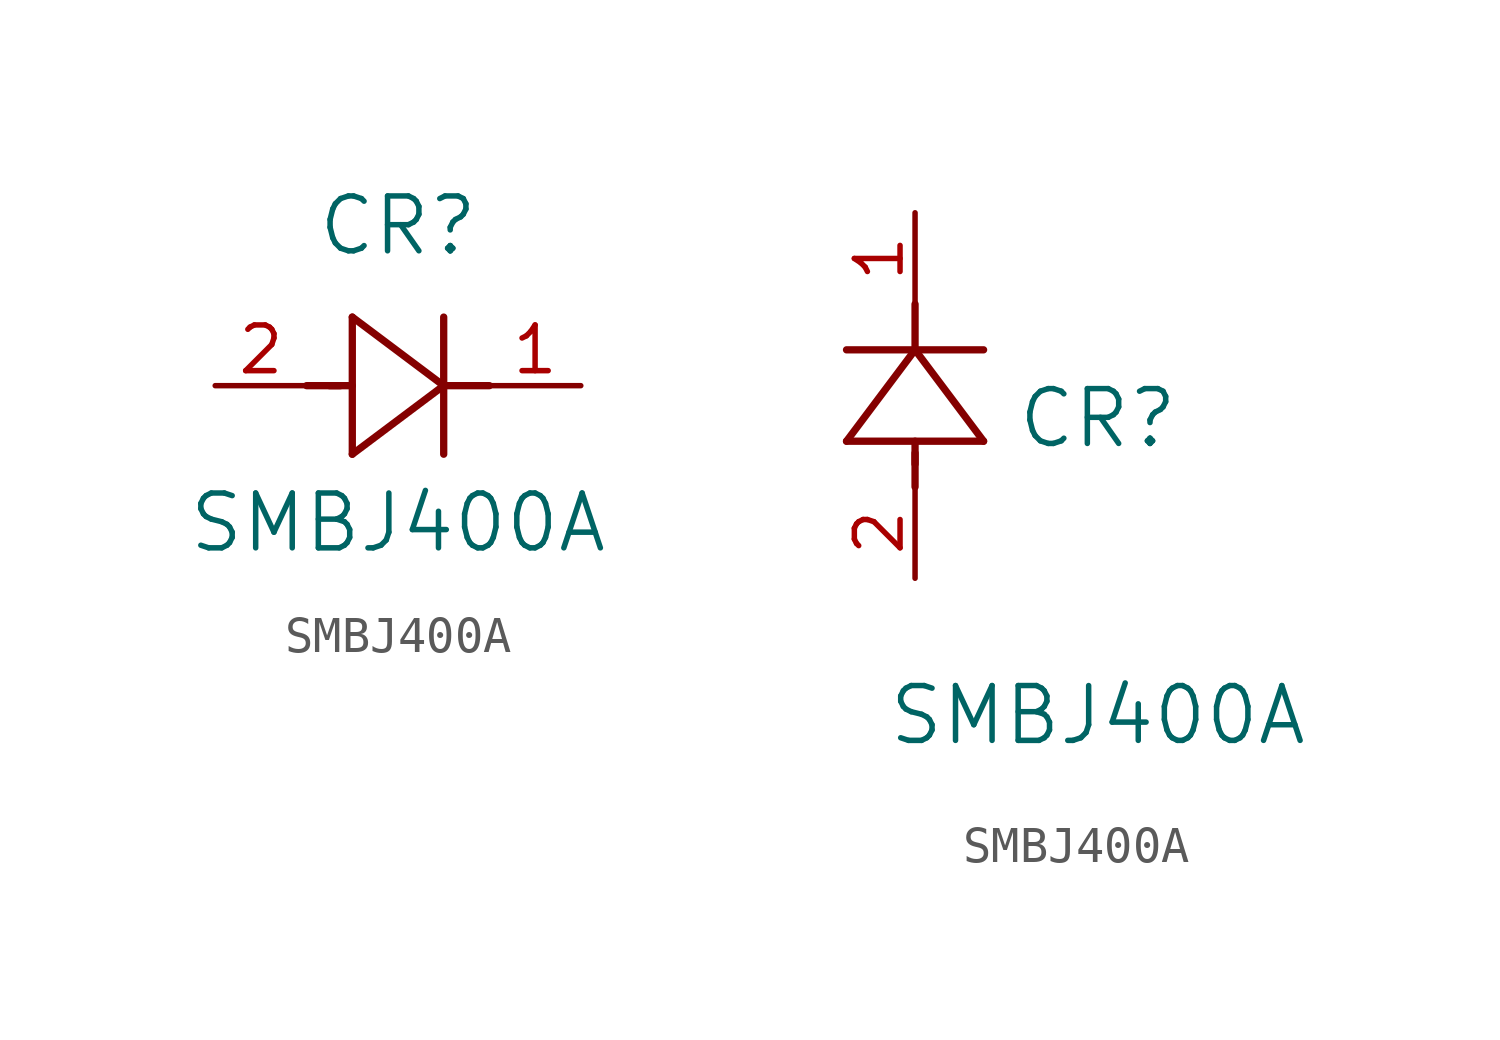
<source format=kicad_sym>
(kicad_symbol_lib
  (version 20211014)
  (generator kicad_symbol_editor)
  (symbol "SMBJ400A"
    (pin_names
      (offset 0.254))
    (property "Reference" "CR"
      (at 5.08 4.445 0)
      (effects (font (size 1.524 1.524))))
    (property "Value" "SMBJ400A"
      (at 5.08 -3.81 0)
      (effects (font (size 1.524 1.524))))
    (symbol "SMBJ400A_1_1"
      (polyline (pts (xy 2.54 0) (xy 3.48 0)) (stroke (width 0.203) (type default) (color 0 0 0 0)) (fill (type none)))
      (polyline (pts (xy 3.81 1.905) (xy 3.81 -1.905)) (stroke (width 0.203) (type default) (color 0 0 0 0)) (fill (type none)))
      (polyline (pts (xy 3.175 0) (xy 3.81 0)) (stroke (width 0.203) (type default) (color 0 0 0 0)) (fill (type none)))
      (polyline (pts (xy 6.35 -1.905) (xy 6.35 1.905)) (stroke (width 0.203) (type default) (color 0 0 0 0)) (fill (type none)))
      (polyline (pts (xy 6.35 0) (xy 7.62 0)) (stroke (width 0.203) (type default) (color 0 0 0 0)) (fill (type none)))
      (polyline (pts (xy 6.35 0) (xy 3.81 1.905)) (stroke (width 0.203) (type default) (color 0 0 0 0)) (fill (type none)))
      (polyline (pts (xy 3.81 -1.905) (xy 6.35 0)) (stroke (width 0.203) (type default) (color 0 0 0 0)) (fill (type none)))
      (pin unspecified line (at 0 0 0) (length 2.54) (name "" (effects (font (size 1.27 1.27)))) (number "2" (effects (font (size 1.27 1.27)))))
      (pin unspecified line (at 10.16 0 180) (length 2.54) (name "" (effects (font (size 1.27 1.27)))) (number "1" (effects (font (size 1.27 1.27))))))
    (symbol "SMBJ400A_1_2"
      (polyline (pts (xy 0 2.54) (xy 0 3.48)) (stroke (width 0.203) (type default) (color 0 0 0 0)) (fill (type none)))
      (polyline (pts (xy -1.905 3.81) (xy 1.905 3.81)) (stroke (width 0.203) (type default) (color 0 0 0 0)) (fill (type none)))
      (polyline (pts (xy 0 3.175) (xy 0 3.81)) (stroke (width 0.203) (type default) (color 0 0 0 0)) (fill (type none)))
      (polyline (pts (xy 1.905 6.35) (xy -1.905 6.35)) (stroke (width 0.203) (type default) (color 0 0 0 0)) (fill (type none)))
      (polyline (pts (xy 0 6.35) (xy 0 7.62)) (stroke (width 0.203) (type default) (color 0 0 0 0)) (fill (type none)))
      (polyline (pts (xy 0 6.35) (xy -1.905 3.81)) (stroke (width 0.203) (type default) (color 0 0 0 0)) (fill (type none)))
      (polyline (pts (xy 1.905 3.81) (xy 0 6.35)) (stroke (width 0.203) (type default) (color 0 0 0 0)) (fill (type none)))
      (pin unspecified line (at 0 0 90) (length 2.54) (name "" (effects (font (size 1.27 1.27)))) (number "2" (effects (font (size 1.27 1.27)))))
      (pin unspecified line (at 0 10.16 270) (length 2.54) (name "" (effects (font (size 1.27 1.27)))) (number "1" (effects (font (size 1.27 1.27))))))))
</source>
